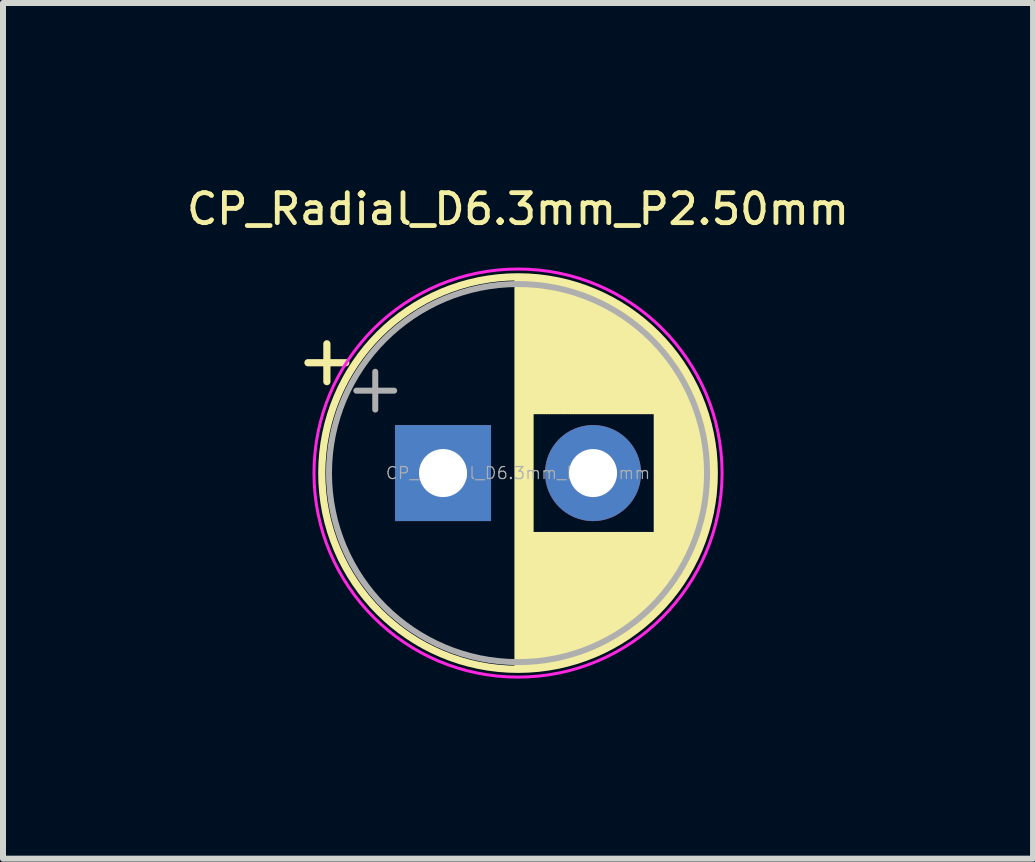
<source format=kicad_pcb>
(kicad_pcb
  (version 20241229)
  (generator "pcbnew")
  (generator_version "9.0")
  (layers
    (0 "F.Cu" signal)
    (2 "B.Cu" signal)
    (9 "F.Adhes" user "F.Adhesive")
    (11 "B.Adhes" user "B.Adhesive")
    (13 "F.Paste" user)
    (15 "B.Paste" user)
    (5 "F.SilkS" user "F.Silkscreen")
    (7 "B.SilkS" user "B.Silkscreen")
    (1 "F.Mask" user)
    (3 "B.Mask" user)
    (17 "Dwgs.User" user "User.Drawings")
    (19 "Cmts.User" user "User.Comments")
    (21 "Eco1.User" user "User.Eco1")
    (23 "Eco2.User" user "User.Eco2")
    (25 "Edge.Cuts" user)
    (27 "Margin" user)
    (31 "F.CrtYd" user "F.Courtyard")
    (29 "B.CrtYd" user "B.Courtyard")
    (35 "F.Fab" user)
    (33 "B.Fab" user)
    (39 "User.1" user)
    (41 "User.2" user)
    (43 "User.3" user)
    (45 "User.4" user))
  (footprint "CP_Radial_D6.3mm_P2.50mm"
    (layer "F.Cu")
    (at 4.332 4.833)
    (property "Reference" "CP_Radial_D6.3mm_P2.50mm" (at 1.25 -4.4 0) (layer "F.SilkS") (effects (font (size 0.5 0.5) (thickness 0.08))))
    (attr through_hole)
    (fp_line (start -2.25 -1.839) (end -1.62 -1.839) (stroke (width 0.12) (type solid)) (layer "F.SilkS"))
    (fp_line (start -1.935 -2.154) (end -1.935 -1.524) (stroke (width 0.12) (type solid)) (layer "F.SilkS"))
    (fp_line (start 1.25 -3.23) (end 1.25 3.23) (stroke (width 0.12) (type solid)) (layer "F.SilkS"))
    (fp_line (start 1.29 -3.23) (end 1.29 3.23) (stroke (width 0.12) (type solid)) (layer "F.SilkS"))
    (fp_line (start 1.33 -3.23) (end 1.33 3.23) (stroke (width 0.12) (type solid)) (layer "F.SilkS"))
    (fp_line (start 1.37 -3.228) (end 1.37 3.228) (stroke (width 0.12) (type solid)) (layer "F.SilkS"))
    (fp_line (start 1.41 -3.227) (end 1.41 3.227) (stroke (width 0.12) (type solid)) (layer "F.SilkS"))
    (fp_line (start 1.45 -3.224) (end 1.45 3.224) (stroke (width 0.12) (type solid)) (layer "F.SilkS"))
    (fp_line (start 1.49 -3.222) (end 1.49 -1.04) (stroke (width 0.12) (type solid)) (layer "F.SilkS"))
    (fp_line (start 1.49 1.04) (end 1.49 3.222) (stroke (width 0.12) (type solid)) (layer "F.SilkS"))
    (fp_line (start 1.53 -3.218) (end 1.53 -1.04) (stroke (width 0.12) (type solid)) (layer "F.SilkS"))
    (fp_line (start 1.53 1.04) (end 1.53 3.218) (stroke (width 0.12) (type solid)) (layer "F.SilkS"))
    (fp_line (start 1.57 -3.215) (end 1.57 -1.04) (stroke (width 0.12) (type solid)) (layer "F.SilkS"))
    (fp_line (start 1.57 1.04) (end 1.57 3.215) (stroke (width 0.12) (type solid)) (layer "F.SilkS"))
    (fp_line (start 1.61 -3.211) (end 1.61 -1.04) (stroke (width 0.12) (type solid)) (layer "F.SilkS"))
    (fp_line (start 1.61 1.04) (end 1.61 3.211) (stroke (width 0.12) (type solid)) (layer "F.SilkS"))
    (fp_line (start 1.65 -3.206) (end 1.65 -1.04) (stroke (width 0.12) (type solid)) (layer "F.SilkS"))
    (fp_line (start 1.65 1.04) (end 1.65 3.206) (stroke (width 0.12) (type solid)) (layer "F.SilkS"))
    (fp_line (start 1.69 -3.201) (end 1.69 -1.04) (stroke (width 0.12) (type solid)) (layer "F.SilkS"))
    (fp_line (start 1.69 1.04) (end 1.69 3.201) (stroke (width 0.12) (type solid)) (layer "F.SilkS"))
    (fp_line (start 1.73 -3.195) (end 1.73 -1.04) (stroke (width 0.12) (type solid)) (layer "F.SilkS"))
    (fp_line (start 1.73 1.04) (end 1.73 3.195) (stroke (width 0.12) (type solid)) (layer "F.SilkS"))
    (fp_line (start 1.77 -3.189) (end 1.77 -1.04) (stroke (width 0.12) (type solid)) (layer "F.SilkS"))
    (fp_line (start 1.77 1.04) (end 1.77 3.189) (stroke (width 0.12) (type solid)) (layer "F.SilkS"))
    (fp_line (start 1.81 -3.182) (end 1.81 -1.04) (stroke (width 0.12) (type solid)) (layer "F.SilkS"))
    (fp_line (start 1.81 1.04) (end 1.81 3.182) (stroke (width 0.12) (type solid)) (layer "F.SilkS"))
    (fp_line (start 1.85 -3.175) (end 1.85 -1.04) (stroke (width 0.12) (type solid)) (layer "F.SilkS"))
    (fp_line (start 1.85 1.04) (end 1.85 3.175) (stroke (width 0.12) (type solid)) (layer "F.SilkS"))
    (fp_line (start 1.89 -3.167) (end 1.89 -1.04) (stroke (width 0.12) (type solid)) (layer "F.SilkS"))
    (fp_line (start 1.89 1.04) (end 1.89 3.167) (stroke (width 0.12) (type solid)) (layer "F.SilkS"))
    (fp_line (start 1.93 -3.159) (end 1.93 -1.04) (stroke (width 0.12) (type solid)) (layer "F.SilkS"))
    (fp_line (start 1.93 1.04) (end 1.93 3.159) (stroke (width 0.12) (type solid)) (layer "F.SilkS"))
    (fp_line (start 1.971 -3.15) (end 1.971 -1.04) (stroke (width 0.12) (type solid)) (layer "F.SilkS"))
    (fp_line (start 1.971 1.04) (end 1.971 3.15) (stroke (width 0.12) (type solid)) (layer "F.SilkS"))
    (fp_line (start 2.011 -3.141) (end 2.011 -1.04) (stroke (width 0.12) (type solid)) (layer "F.SilkS"))
    (fp_line (start 2.011 1.04) (end 2.011 3.141) (stroke (width 0.12) (type solid)) (layer "F.SilkS"))
    (fp_line (start 2.051 -3.131) (end 2.051 -1.04) (stroke (width 0.12) (type solid)) (layer "F.SilkS"))
    (fp_line (start 2.051 1.04) (end 2.051 3.131) (stroke (width 0.12) (type solid)) (layer "F.SilkS"))
    (fp_line (start 2.091 -3.121) (end 2.091 -1.04) (stroke (width 0.12) (type solid)) (layer "F.SilkS"))
    (fp_line (start 2.091 1.04) (end 2.091 3.121) (stroke (width 0.12) (type solid)) (layer "F.SilkS"))
    (fp_line (start 2.131 -3.11) (end 2.131 -1.04) (stroke (width 0.12) (type solid)) (layer "F.SilkS"))
    (fp_line (start 2.131 1.04) (end 2.131 3.11) (stroke (width 0.12) (type solid)) (layer "F.SilkS"))
    (fp_line (start 2.171 -3.098) (end 2.171 -1.04) (stroke (width 0.12) (type solid)) (layer "F.SilkS"))
    (fp_line (start 2.171 1.04) (end 2.171 3.098) (stroke (width 0.12) (type solid)) (layer "F.SilkS"))
    (fp_line (start 2.211 -3.086) (end 2.211 -1.04) (stroke (width 0.12) (type solid)) (layer "F.SilkS"))
    (fp_line (start 2.211 1.04) (end 2.211 3.086) (stroke (width 0.12) (type solid)) (layer "F.SilkS"))
    (fp_line (start 2.251 -3.074) (end 2.251 -1.04) (stroke (width 0.12) (type solid)) (layer "F.SilkS"))
    (fp_line (start 2.251 1.04) (end 2.251 3.074) (stroke (width 0.12) (type solid)) (layer "F.SilkS"))
    (fp_line (start 2.291 -3.061) (end 2.291 -1.04) (stroke (width 0.12) (type solid)) (layer "F.SilkS"))
    (fp_line (start 2.291 1.04) (end 2.291 3.061) (stroke (width 0.12) (type solid)) (layer "F.SilkS"))
    (fp_line (start 2.331 -3.047) (end 2.331 -1.04) (stroke (width 0.12) (type solid)) (layer "F.SilkS"))
    (fp_line (start 2.331 1.04) (end 2.331 3.047) (stroke (width 0.12) (type solid)) (layer "F.SilkS"))
    (fp_line (start 2.371 -3.033) (end 2.371 -1.04) (stroke (width 0.12) (type solid)) (layer "F.SilkS"))
    (fp_line (start 2.371 1.04) (end 2.371 3.033) (stroke (width 0.12) (type solid)) (layer "F.SilkS"))
    (fp_line (start 2.411 -3.018) (end 2.411 -1.04) (stroke (width 0.12) (type solid)) (layer "F.SilkS"))
    (fp_line (start 2.411 1.04) (end 2.411 3.018) (stroke (width 0.12) (type solid)) (layer "F.SilkS"))
    (fp_line (start 2.451 -3.002) (end 2.451 -1.04) (stroke (width 0.12) (type solid)) (layer "F.SilkS"))
    (fp_line (start 2.451 1.04) (end 2.451 3.002) (stroke (width 0.12) (type solid)) (layer "F.SilkS"))
    (fp_line (start 2.491 -2.986) (end 2.491 -1.04) (stroke (width 0.12) (type solid)) (layer "F.SilkS"))
    (fp_line (start 2.491 1.04) (end 2.491 2.986) (stroke (width 0.12) (type solid)) (layer "F.SilkS"))
    (fp_line (start 2.531 -2.97) (end 2.531 -1.04) (stroke (width 0.12) (type solid)) (layer "F.SilkS"))
    (fp_line (start 2.531 1.04) (end 2.531 2.97) (stroke (width 0.12) (type solid)) (layer "F.SilkS"))
    (fp_line (start 2.571 -2.952) (end 2.571 -1.04) (stroke (width 0.12) (type solid)) (layer "F.SilkS"))
    (fp_line (start 2.571 1.04) (end 2.571 2.952) (stroke (width 0.12) (type solid)) (layer "F.SilkS"))
    (fp_line (start 2.611 -2.934) (end 2.611 -1.04) (stroke (width 0.12) (type solid)) (layer "F.SilkS"))
    (fp_line (start 2.611 1.04) (end 2.611 2.934) (stroke (width 0.12) (type solid)) (layer "F.SilkS"))
    (fp_line (start 2.651 -2.916) (end 2.651 -1.04) (stroke (width 0.12) (type solid)) (layer "F.SilkS"))
    (fp_line (start 2.651 1.04) (end 2.651 2.916) (stroke (width 0.12) (type solid)) (layer "F.SilkS"))
    (fp_line (start 2.691 -2.896) (end 2.691 -1.04) (stroke (width 0.12) (type solid)) (layer "F.SilkS"))
    (fp_line (start 2.691 1.04) (end 2.691 2.896) (stroke (width 0.12) (type solid)) (layer "F.SilkS"))
    (fp_line (start 2.731 -2.876) (end 2.731 -1.04) (stroke (width 0.12) (type solid)) (layer "F.SilkS"))
    (fp_line (start 2.731 1.04) (end 2.731 2.876) (stroke (width 0.12) (type solid)) (layer "F.SilkS"))
    (fp_line (start 2.771 -2.856) (end 2.771 -1.04) (stroke (width 0.12) (type solid)) (layer "F.SilkS"))
    (fp_line (start 2.771 1.04) (end 2.771 2.856) (stroke (width 0.12) (type solid)) (layer "F.SilkS"))
    (fp_line (start 2.811 -2.834) (end 2.811 -1.04) (stroke (width 0.12) (type solid)) (layer "F.SilkS"))
    (fp_line (start 2.811 1.04) (end 2.811 2.834) (stroke (width 0.12) (type solid)) (layer "F.SilkS"))
    (fp_line (start 2.851 -2.812) (end 2.851 -1.04) (stroke (width 0.12) (type solid)) (layer "F.SilkS"))
    (fp_line (start 2.851 1.04) (end 2.851 2.812) (stroke (width 0.12) (type solid)) (layer "F.SilkS"))
    (fp_line (start 2.891 -2.79) (end 2.891 -1.04) (stroke (width 0.12) (type solid)) (layer "F.SilkS"))
    (fp_line (start 2.891 1.04) (end 2.891 2.79) (stroke (width 0.12) (type solid)) (layer "F.SilkS"))
    (fp_line (start 2.931 -2.766) (end 2.931 -1.04) (stroke (width 0.12) (type solid)) (layer "F.SilkS"))
    (fp_line (start 2.931 1.04) (end 2.931 2.766) (stroke (width 0.12) (type solid)) (layer "F.SilkS"))
    (fp_line (start 2.971 -2.742) (end 2.971 -1.04) (stroke (width 0.12) (type solid)) (layer "F.SilkS"))
    (fp_line (start 2.971 1.04) (end 2.971 2.742) (stroke (width 0.12) (type solid)) (layer "F.SilkS"))
    (fp_line (start 3.011 -2.716) (end 3.011 -1.04) (stroke (width 0.12) (type solid)) (layer "F.SilkS"))
    (fp_line (start 3.011 1.04) (end 3.011 2.716) (stroke (width 0.12) (type solid)) (layer "F.SilkS"))
    (fp_line (start 3.051 -2.69) (end 3.051 -1.04) (stroke (width 0.12) (type solid)) (layer "F.SilkS"))
    (fp_line (start 3.051 1.04) (end 3.051 2.69) (stroke (width 0.12) (type solid)) (layer "F.SilkS"))
    (fp_line (start 3.091 -2.664) (end 3.091 -1.04) (stroke (width 0.12) (type solid)) (layer "F.SilkS"))
    (fp_line (start 3.091 1.04) (end 3.091 2.664) (stroke (width 0.12) (type solid)) (layer "F.SilkS"))
    (fp_line (start 3.131 -2.636) (end 3.131 -1.04) (stroke (width 0.12) (type solid)) (layer "F.SilkS"))
    (fp_line (start 3.131 1.04) (end 3.131 2.636) (stroke (width 0.12) (type solid)) (layer "F.SilkS"))
    (fp_line (start 3.171 -2.607) (end 3.171 -1.04) (stroke (width 0.12) (type solid)) (layer "F.SilkS"))
    (fp_line (start 3.171 1.04) (end 3.171 2.607) (stroke (width 0.12) (type solid)) (layer "F.SilkS"))
    (fp_line (start 3.211 -2.578) (end 3.211 -1.04) (stroke (width 0.12) (type solid)) (layer "F.SilkS"))
    (fp_line (start 3.211 1.04) (end 3.211 2.578) (stroke (width 0.12) (type solid)) (layer "F.SilkS"))
    (fp_line (start 3.251 -2.548) (end 3.251 -1.04) (stroke (width 0.12) (type solid)) (layer "F.SilkS"))
    (fp_line (start 3.251 1.04) (end 3.251 2.548) (stroke (width 0.12) (type solid)) (layer "F.SilkS"))
    (fp_line (start 3.291 -2.516) (end 3.291 -1.04) (stroke (width 0.12) (type solid)) (layer "F.SilkS"))
    (fp_line (start 3.291 1.04) (end 3.291 2.516) (stroke (width 0.12) (type solid)) (layer "F.SilkS"))
    (fp_line (start 3.331 -2.484) (end 3.331 -1.04) (stroke (width 0.12) (type solid)) (layer "F.SilkS"))
    (fp_line (start 3.331 1.04) (end 3.331 2.484) (stroke (width 0.12) (type solid)) (layer "F.SilkS"))
    (fp_line (start 3.371 -2.45) (end 3.371 -1.04) (stroke (width 0.12) (type solid)) (layer "F.SilkS"))
    (fp_line (start 3.371 1.04) (end 3.371 2.45) (stroke (width 0.12) (type solid)) (layer "F.SilkS"))
    (fp_line (start 3.411 -2.416) (end 3.411 -1.04) (stroke (width 0.12) (type solid)) (layer "F.SilkS"))
    (fp_line (start 3.411 1.04) (end 3.411 2.416) (stroke (width 0.12) (type solid)) (layer "F.SilkS"))
    (fp_line (start 3.451 -2.38) (end 3.451 -1.04) (stroke (width 0.12) (type solid)) (layer "F.SilkS"))
    (fp_line (start 3.451 1.04) (end 3.451 2.38) (stroke (width 0.12) (type solid)) (layer "F.SilkS"))
    (fp_line (start 3.491 -2.343) (end 3.491 -1.04) (stroke (width 0.12) (type solid)) (layer "F.SilkS"))
    (fp_line (start 3.491 1.04) (end 3.491 2.343) (stroke (width 0.12) (type solid)) (layer "F.SilkS"))
    (fp_line (start 3.531 -2.305) (end 3.531 -1.04) (stroke (width 0.12) (type solid)) (layer "F.SilkS"))
    (fp_line (start 3.531 1.04) (end 3.531 2.305) (stroke (width 0.12) (type solid)) (layer "F.SilkS"))
    (fp_line (start 3.571 -2.265) (end 3.571 2.265) (stroke (width 0.12) (type solid)) (layer "F.SilkS"))
    (fp_line (start 3.611 -2.224) (end 3.611 2.224) (stroke (width 0.12) (type solid)) (layer "F.SilkS"))
    (fp_line (start 3.651 -2.182) (end 3.651 2.182) (stroke (width 0.12) (type solid)) (layer "F.SilkS"))
    (fp_line (start 3.691 -2.137) (end 3.691 2.137) (stroke (width 0.12) (type solid)) (layer "F.SilkS"))
    (fp_line (start 3.731 -2.092) (end 3.731 2.092) (stroke (width 0.12) (type solid)) (layer "F.SilkS"))
    (fp_line (start 3.771 -2.044) (end 3.771 2.044) (stroke (width 0.12) (type solid)) (layer "F.SilkS"))
    (fp_line (start 3.811 -1.995) (end 3.811 1.995) (stroke (width 0.12) (type solid)) (layer "F.SilkS"))
    (fp_line (start 3.851 -1.944) (end 3.851 1.944) (stroke (width 0.12) (type solid)) (layer "F.SilkS"))
    (fp_line (start 3.891 -1.89) (end 3.891 1.89) (stroke (width 0.12) (type solid)) (layer "F.SilkS"))
    (fp_line (start 3.931 -1.834) (end 3.931 1.834) (stroke (width 0.12) (type solid)) (layer "F.SilkS"))
    (fp_line (start 3.971 -1.776) (end 3.971 1.776) (stroke (width 0.12) (type solid)) (layer "F.SilkS"))
    (fp_line (start 4.011 -1.714) (end 4.011 1.714) (stroke (width 0.12) (type solid)) (layer "F.SilkS"))
    (fp_line (start 4.051 -1.65) (end 4.051 1.65) (stroke (width 0.12) (type solid)) (layer "F.SilkS"))
    (fp_line (start 4.091 -1.581) (end 4.091 1.581) (stroke (width 0.12) (type solid)) (layer "F.SilkS"))
    (fp_line (start 4.131 -1.509) (end 4.131 1.509) (stroke (width 0.12) (type solid)) (layer "F.SilkS"))
    (fp_line (start 4.171 -1.432) (end 4.171 1.432) (stroke (width 0.12) (type solid)) (layer "F.SilkS"))
    (fp_line (start 4.211 -1.35) (end 4.211 1.35) (stroke (width 0.12) (type solid)) (layer "F.SilkS"))
    (fp_line (start 4.251 -1.262) (end 4.251 1.262) (stroke (width 0.12) (type solid)) (layer "F.SilkS"))
    (fp_line (start 4.291 -1.165) (end 4.291 1.165) (stroke (width 0.12) (type solid)) (layer "F.SilkS"))
    (fp_line (start 4.331 -1.059) (end 4.331 1.059) (stroke (width 0.12) (type solid)) (layer "F.SilkS"))
    (fp_line (start 4.371 -0.94) (end 4.371 0.94) (stroke (width 0.12) (type solid)) (layer "F.SilkS"))
    (fp_line (start 4.411 -0.802) (end 4.411 0.802) (stroke (width 0.12) (type solid)) (layer "F.SilkS"))
    (fp_line (start 4.451 -0.633) (end 4.451 0.633) (stroke (width 0.12) (type solid)) (layer "F.SilkS"))
    (fp_line (start 4.491 -0.402) (end 4.491 0.402) (stroke (width 0.12) (type solid)) (layer "F.SilkS"))
    (fp_circle (center 1.25 0) (end 4.52 0) (stroke (width 0.12) (type solid)) (fill no) (layer "F.SilkS"))
    (fp_circle (center 1.25 0) (end 4.65 0) (stroke (width 0.05) (type solid)) (fill no) (layer "F.CrtYd"))
    (fp_line (start -1.444 -1.373) (end -0.814 -1.373) (stroke (width 0.1) (type solid)) (layer "F.Fab"))
    (fp_line (start -1.129 -1.688) (end -1.129 -1.058) (stroke (width 0.1) (type solid)) (layer "F.Fab"))
    (fp_circle (center 1.25 0) (end 4.4 0) (stroke (width 0.1) (type solid)) (fill no) (layer "F.Fab"))
    (fp_text user "${REFERENCE}" (at 1.25 0 0) (layer "F.Fab") (effects (font (size 0.2 0.2) (thickness 0.02))))
    (pad "1" thru_hole rect (at 0 0) (size 1.6 1.6) (drill 0.8) (layers "*.Cu" "*.Mask"))
    (pad "2" thru_hole circle (at 2.5 0) (size 1.6 1.6) (drill 0.8) (layers "*.Cu" "*.Mask")))
  (gr_rect
    (start -3 -3)
    (end 14.164 11.258)
    (stroke (width 0.1) (type default))
    (fill no)
    (layer "Edge.Cuts")))
</source>
